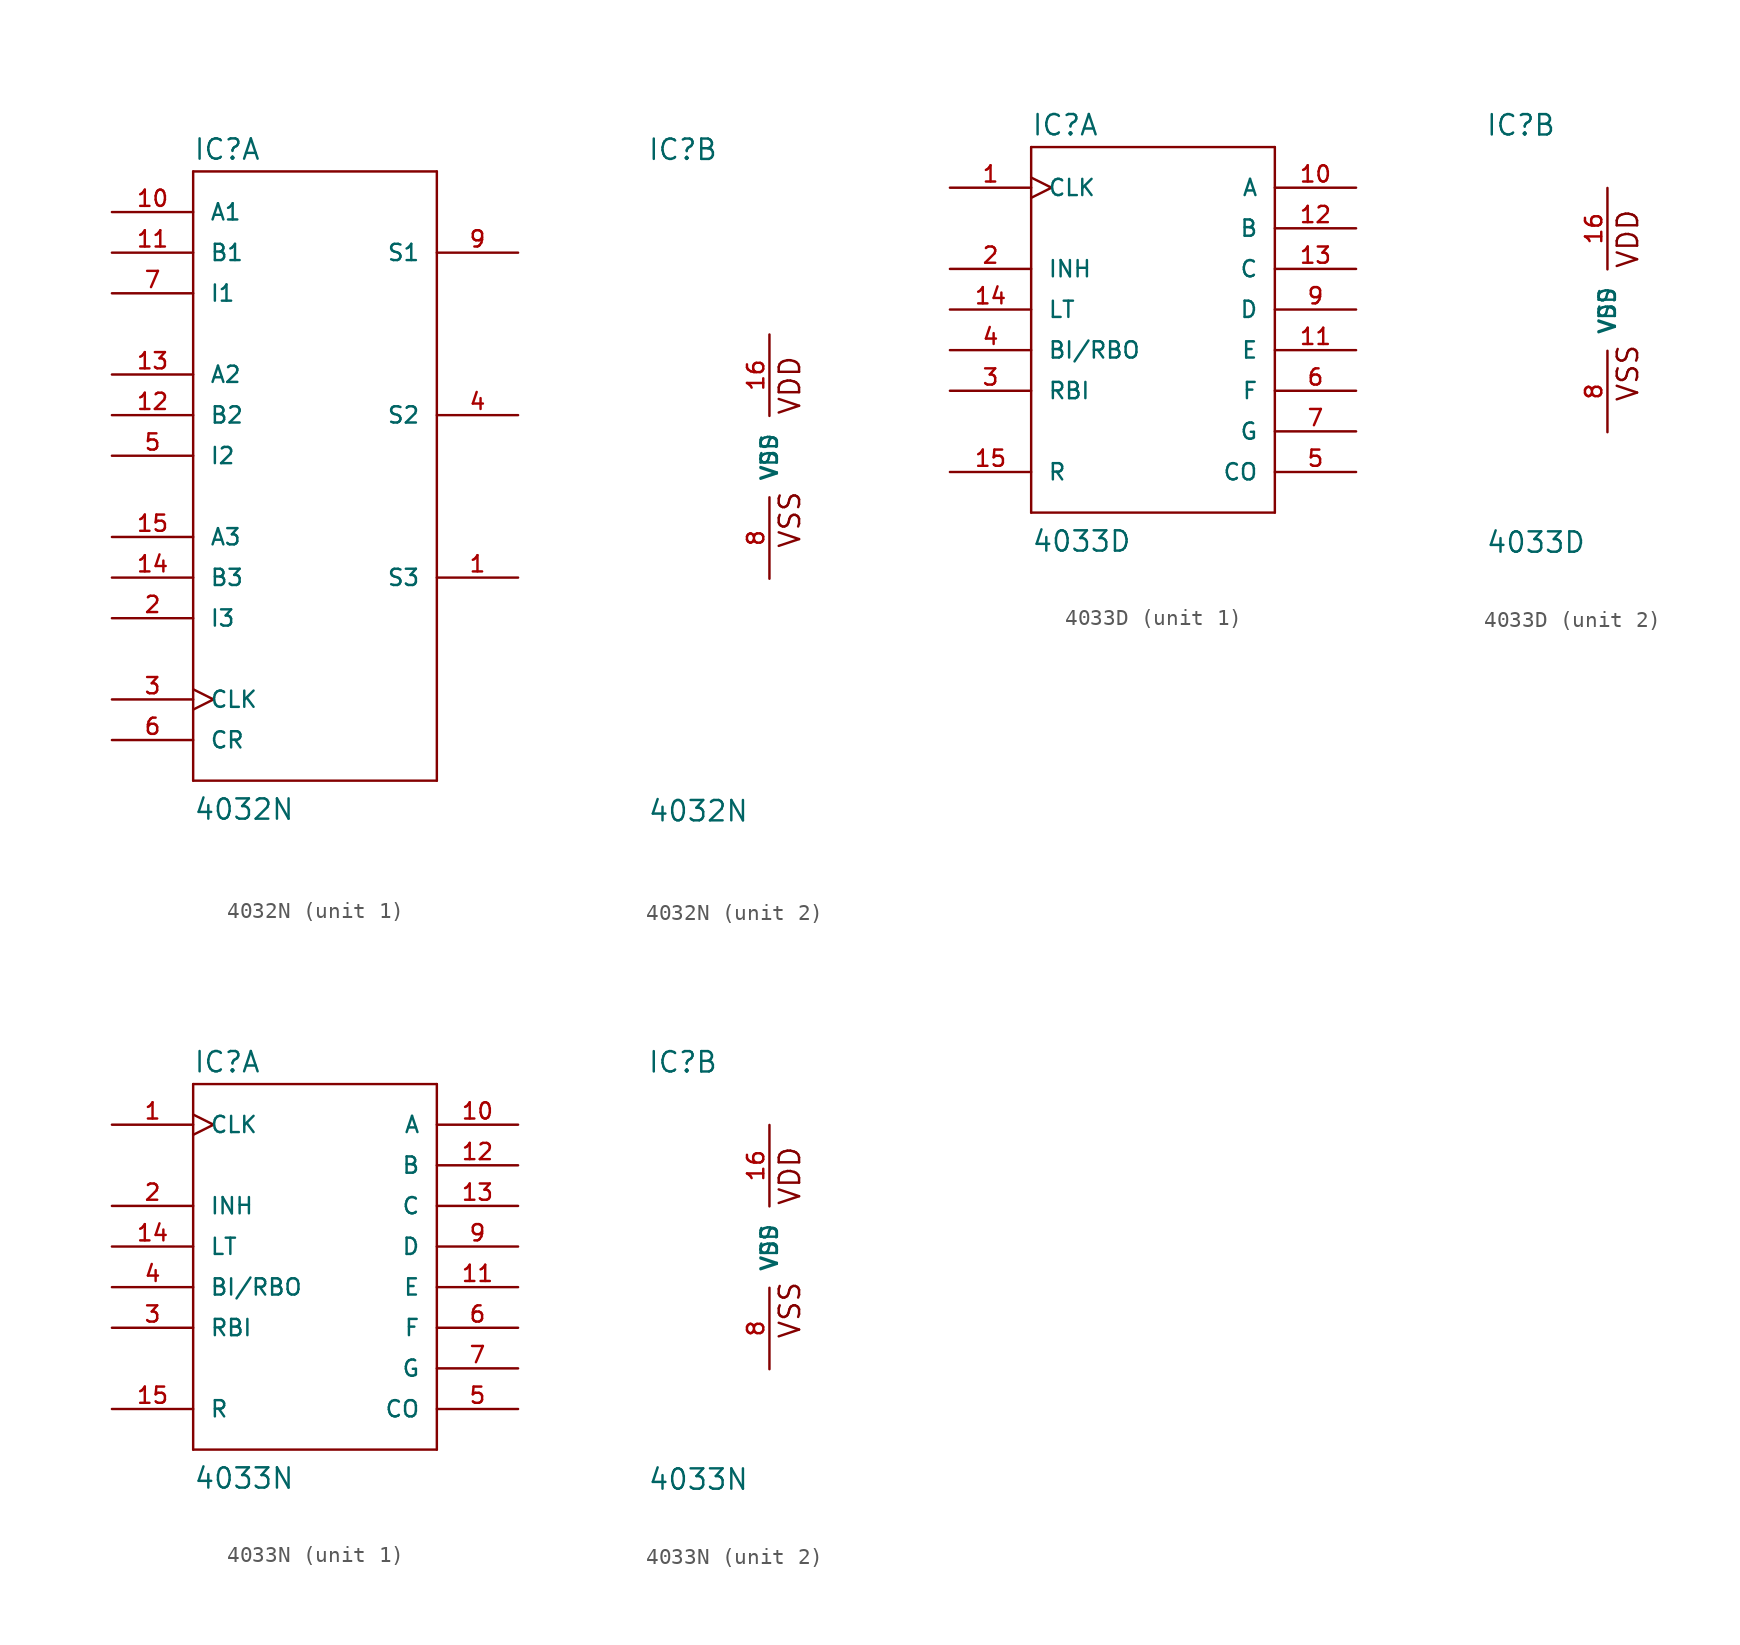
<source format=kicad_sym>
(kicad_symbol_lib
  (version 20211014)
  (generator kicad_symbol_editor)
  (symbol "4032N"
    (pin_names
      (offset 1.016))
    (property "Reference" "IC"
      (at -7.62 18.415 0)
      (effects (font (size 1.27 1.27)) (justify left bottom)))
    (property "Value" "4032N"
      (at -7.62 -22.86 0)
      (effects (font (size 1.27 1.27)) (justify left bottom)))
    (property "ki_locked" ""
      (at 0 0 0)
      (effects (font (size 1.27 1.27))))
    (symbol "4032N_1_0"
      (polyline (pts (xy -7.62 -20.32) (xy 7.62 -20.32)) (stroke (width 0) (type default) (color 0 0 0 0)) (fill (type none)))
      (polyline (pts (xy -7.62 17.78) (xy -7.62 -20.32)) (stroke (width 0) (type default) (color 0 0 0 0)) (fill (type none)))
      (polyline (pts (xy 7.62 -20.32) (xy 7.62 17.78)) (stroke (width 0) (type default) (color 0 0 0 0)) (fill (type none)))
      (polyline (pts (xy 7.62 17.78) (xy -7.62 17.78)) (stroke (width 0) (type default) (color 0 0 0 0)) (fill (type none))))
    (symbol "4032N_1_1"
      (pin output line (at 12.7 -7.62 180) (length 5.08) (name "S3" (effects (font (size 1.016 1.016)))) (number "1" (effects (font (size 1.016 1.016)))))
      (pin input line (at -12.7 15.24 0) (length 5.08) (name "A1" (effects (font (size 1.016 1.016)))) (number "10" (effects (font (size 1.016 1.016)))))
      (pin input line (at -12.7 12.7 0) (length 5.08) (name "B1" (effects (font (size 1.016 1.016)))) (number "11" (effects (font (size 1.016 1.016)))))
      (pin input line (at -12.7 2.54 0) (length 5.08) (name "B2" (effects (font (size 1.016 1.016)))) (number "12" (effects (font (size 1.016 1.016)))))
      (pin input line (at -12.7 5.08 0) (length 5.08) (name "A2" (effects (font (size 1.016 1.016)))) (number "13" (effects (font (size 1.016 1.016)))))
      (pin input line (at -12.7 -7.62 0) (length 5.08) (name "B3" (effects (font (size 1.016 1.016)))) (number "14" (effects (font (size 1.016 1.016)))))
      (pin input line (at -12.7 -5.08 0) (length 5.08) (name "A3" (effects (font (size 1.016 1.016)))) (number "15" (effects (font (size 1.016 1.016)))))
      (pin input line (at -12.7 -10.16 0) (length 5.08) (name "I3" (effects (font (size 1.016 1.016)))) (number "2" (effects (font (size 1.016 1.016)))))
      (pin input clock (at -12.7 -15.24 0) (length 5.08) (name "CLK" (effects (font (size 1.016 1.016)))) (number "3" (effects (font (size 1.016 1.016)))))
      (pin output line (at 12.7 2.54 180) (length 5.08) (name "S2" (effects (font (size 1.016 1.016)))) (number "4" (effects (font (size 1.016 1.016)))))
      (pin input line (at -12.7 0 0) (length 5.08) (name "I2" (effects (font (size 1.016 1.016)))) (number "5" (effects (font (size 1.016 1.016)))))
      (pin input line (at -12.7 -17.78 0) (length 5.08) (name "CR" (effects (font (size 1.016 1.016)))) (number "6" (effects (font (size 1.016 1.016)))))
      (pin input line (at -12.7 10.16 0) (length 5.08) (name "I1" (effects (font (size 1.016 1.016)))) (number "7" (effects (font (size 1.016 1.016)))))
      (pin output line (at 12.7 12.7 180) (length 5.08) (name "S1" (effects (font (size 1.016 1.016)))) (number "9" (effects (font (size 1.016 1.016))))))
    (symbol "4032N_2_0"
      (text "VDD" (at 1.27 4.445 1) (effects (font (size 1.27 1.27))))
      (text "VSS" (at 1.27 -3.937 1) (effects (font (size 1.27 1.27)))))
    (symbol "4032N_2_1"
      (pin power_in line (at 0 7.62 270) (length 5.08) (name "VDD" (effects (font (size 1.016 1.016)))) (number "16" (effects (font (size 1.016 1.016)))))
      (pin power_in line (at 0 -7.62 90) (length 5.08) (name "VSS" (effects (font (size 1.016 1.016)))) (number "8" (effects (font (size 1.016 1.016)))))))
  (symbol "4033D"
    (pin_names
      (offset 1.016))
    (property "Reference" "IC"
      (at -7.62 10.795 0)
      (effects (font (size 1.27 1.27)) (justify left bottom)))
    (property "Value" "4033D"
      (at -7.62 -15.24 0)
      (effects (font (size 1.27 1.27)) (justify left bottom)))
    (property "ki_locked" ""
      (at 0 0 0)
      (effects (font (size 1.27 1.27))))
    (symbol "4033D_1_0"
      (polyline (pts (xy -7.62 -12.7) (xy 7.62 -12.7)) (stroke (width 0) (type default) (color 0 0 0 0)) (fill (type none)))
      (polyline (pts (xy -7.62 10.16) (xy -7.62 -12.7)) (stroke (width 0) (type default) (color 0 0 0 0)) (fill (type none)))
      (polyline (pts (xy 7.62 -12.7) (xy 7.62 10.16)) (stroke (width 0) (type default) (color 0 0 0 0)) (fill (type none)))
      (polyline (pts (xy 7.62 10.16) (xy -7.62 10.16)) (stroke (width 0) (type default) (color 0 0 0 0)) (fill (type none))))
    (symbol "4033D_1_1"
      (pin input clock (at -12.7 7.62 0) (length 5.08) (name "CLK" (effects (font (size 1.016 1.016)))) (number "1" (effects (font (size 1.016 1.016)))))
      (pin output line (at 12.7 7.62 180) (length 5.08) (name "A" (effects (font (size 1.016 1.016)))) (number "10" (effects (font (size 1.016 1.016)))))
      (pin output line (at 12.7 -2.54 180) (length 5.08) (name "E" (effects (font (size 1.016 1.016)))) (number "11" (effects (font (size 1.016 1.016)))))
      (pin output line (at 12.7 5.08 180) (length 5.08) (name "B" (effects (font (size 1.016 1.016)))) (number "12" (effects (font (size 1.016 1.016)))))
      (pin output line (at 12.7 2.54 180) (length 5.08) (name "C" (effects (font (size 1.016 1.016)))) (number "13" (effects (font (size 1.016 1.016)))))
      (pin input line (at -12.7 0 0) (length 5.08) (name "LT" (effects (font (size 1.016 1.016)))) (number "14" (effects (font (size 1.016 1.016)))))
      (pin input line (at -12.7 -10.16 0) (length 5.08) (name "R" (effects (font (size 1.016 1.016)))) (number "15" (effects (font (size 1.016 1.016)))))
      (pin input line (at -12.7 2.54 0) (length 5.08) (name "INH" (effects (font (size 1.016 1.016)))) (number "2" (effects (font (size 1.016 1.016)))))
      (pin input line (at -12.7 -5.08 0) (length 5.08) (name "RBI" (effects (font (size 1.016 1.016)))) (number "3" (effects (font (size 1.016 1.016)))))
      (pin input line (at -12.7 -2.54 0) (length 5.08) (name "BI/RBO" (effects (font (size 1.016 1.016)))) (number "4" (effects (font (size 1.016 1.016)))))
      (pin output line (at 12.7 -10.16 180) (length 5.08) (name "CO" (effects (font (size 1.016 1.016)))) (number "5" (effects (font (size 1.016 1.016)))))
      (pin output line (at 12.7 -5.08 180) (length 5.08) (name "F" (effects (font (size 1.016 1.016)))) (number "6" (effects (font (size 1.016 1.016)))))
      (pin output line (at 12.7 -7.62 180) (length 5.08) (name "G" (effects (font (size 1.016 1.016)))) (number "7" (effects (font (size 1.016 1.016)))))
      (pin output line (at 12.7 0 180) (length 5.08) (name "D" (effects (font (size 1.016 1.016)))) (number "9" (effects (font (size 1.016 1.016))))))
    (symbol "4033D_2_0"
      (text "VDD" (at 1.27 4.445 1) (effects (font (size 1.27 1.27))))
      (text "VSS" (at 1.27 -3.937 1) (effects (font (size 1.27 1.27)))))
    (symbol "4033D_2_1"
      (pin power_in line (at 0 7.62 270) (length 5.08) (name "VDD" (effects (font (size 1.016 1.016)))) (number "16" (effects (font (size 1.016 1.016)))))
      (pin power_in line (at 0 -7.62 90) (length 5.08) (name "VSS" (effects (font (size 1.016 1.016)))) (number "8" (effects (font (size 1.016 1.016)))))))
  (symbol "4033N"
    (pin_names
      (offset 1.016))
    (property "Reference" "IC"
      (at -7.62 10.795 0)
      (effects (font (size 1.27 1.27)) (justify left bottom)))
    (property "Value" "4033N"
      (at -7.62 -15.24 0)
      (effects (font (size 1.27 1.27)) (justify left bottom)))
    (property "ki_locked" ""
      (at 0 0 0)
      (effects (font (size 1.27 1.27))))
    (symbol "4033N_1_0"
      (polyline (pts (xy -7.62 -12.7) (xy 7.62 -12.7)) (stroke (width 0) (type default) (color 0 0 0 0)) (fill (type none)))
      (polyline (pts (xy -7.62 10.16) (xy -7.62 -12.7)) (stroke (width 0) (type default) (color 0 0 0 0)) (fill (type none)))
      (polyline (pts (xy 7.62 -12.7) (xy 7.62 10.16)) (stroke (width 0) (type default) (color 0 0 0 0)) (fill (type none)))
      (polyline (pts (xy 7.62 10.16) (xy -7.62 10.16)) (stroke (width 0) (type default) (color 0 0 0 0)) (fill (type none))))
    (symbol "4033N_1_1"
      (pin input clock (at -12.7 7.62 0) (length 5.08) (name "CLK" (effects (font (size 1.016 1.016)))) (number "1" (effects (font (size 1.016 1.016)))))
      (pin output line (at 12.7 7.62 180) (length 5.08) (name "A" (effects (font (size 1.016 1.016)))) (number "10" (effects (font (size 1.016 1.016)))))
      (pin output line (at 12.7 -2.54 180) (length 5.08) (name "E" (effects (font (size 1.016 1.016)))) (number "11" (effects (font (size 1.016 1.016)))))
      (pin output line (at 12.7 5.08 180) (length 5.08) (name "B" (effects (font (size 1.016 1.016)))) (number "12" (effects (font (size 1.016 1.016)))))
      (pin output line (at 12.7 2.54 180) (length 5.08) (name "C" (effects (font (size 1.016 1.016)))) (number "13" (effects (font (size 1.016 1.016)))))
      (pin input line (at -12.7 0 0) (length 5.08) (name "LT" (effects (font (size 1.016 1.016)))) (number "14" (effects (font (size 1.016 1.016)))))
      (pin input line (at -12.7 -10.16 0) (length 5.08) (name "R" (effects (font (size 1.016 1.016)))) (number "15" (effects (font (size 1.016 1.016)))))
      (pin input line (at -12.7 2.54 0) (length 5.08) (name "INH" (effects (font (size 1.016 1.016)))) (number "2" (effects (font (size 1.016 1.016)))))
      (pin input line (at -12.7 -5.08 0) (length 5.08) (name "RBI" (effects (font (size 1.016 1.016)))) (number "3" (effects (font (size 1.016 1.016)))))
      (pin input line (at -12.7 -2.54 0) (length 5.08) (name "BI/RBO" (effects (font (size 1.016 1.016)))) (number "4" (effects (font (size 1.016 1.016)))))
      (pin output line (at 12.7 -10.16 180) (length 5.08) (name "CO" (effects (font (size 1.016 1.016)))) (number "5" (effects (font (size 1.016 1.016)))))
      (pin output line (at 12.7 -5.08 180) (length 5.08) (name "F" (effects (font (size 1.016 1.016)))) (number "6" (effects (font (size 1.016 1.016)))))
      (pin output line (at 12.7 -7.62 180) (length 5.08) (name "G" (effects (font (size 1.016 1.016)))) (number "7" (effects (font (size 1.016 1.016)))))
      (pin output line (at 12.7 0 180) (length 5.08) (name "D" (effects (font (size 1.016 1.016)))) (number "9" (effects (font (size 1.016 1.016))))))
    (symbol "4033N_2_0"
      (text "VDD" (at 1.27 4.445 1) (effects (font (size 1.27 1.27))))
      (text "VSS" (at 1.27 -3.937 1) (effects (font (size 1.27 1.27)))))
    (symbol "4033N_2_1"
      (pin power_in line (at 0 7.62 270) (length 5.08) (name "VDD" (effects (font (size 1.016 1.016)))) (number "16" (effects (font (size 1.016 1.016)))))
      (pin power_in line (at 0 -7.62 90) (length 5.08) (name "VSS" (effects (font (size 1.016 1.016)))) (number "8" (effects (font (size 1.016 1.016))))))))
</source>
